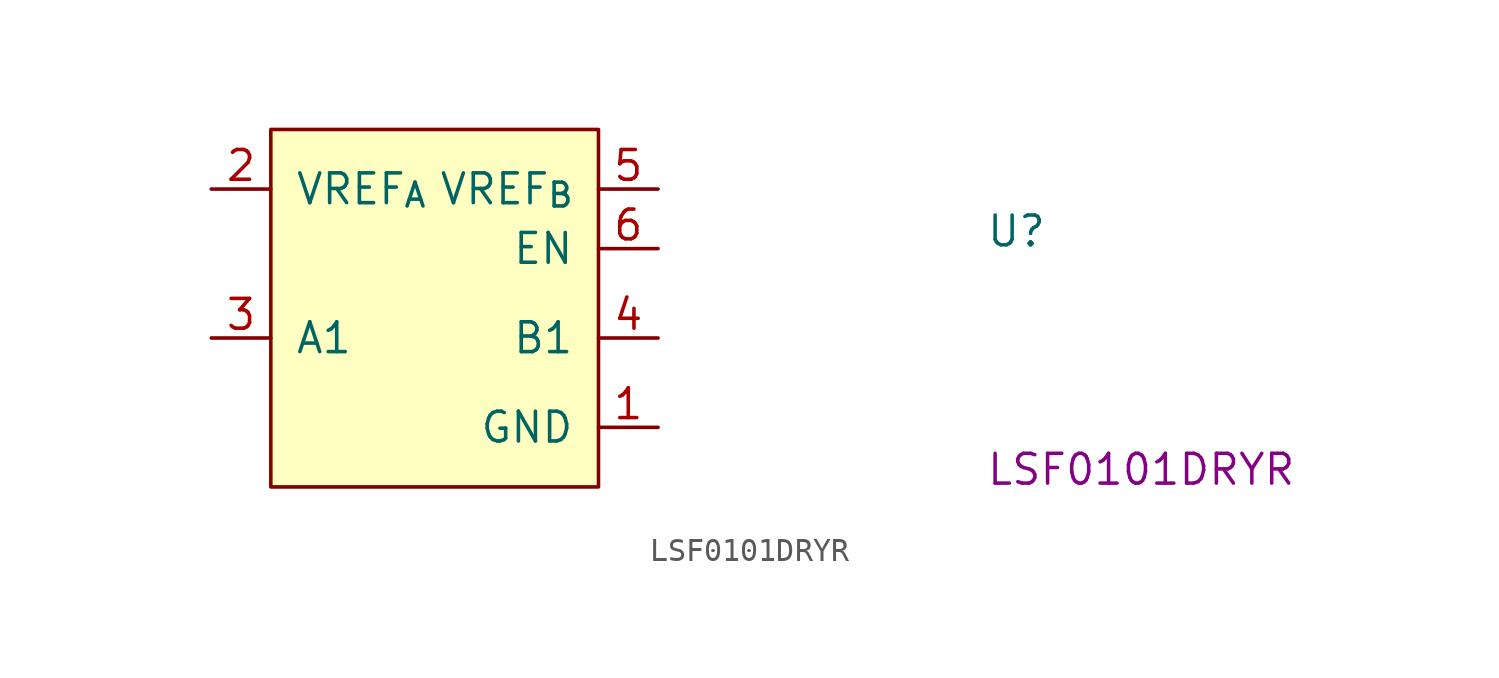
<source format=kicad_sym>
(kicad_symbol_lib
  (version 20220914)
  (generator kicad_symbol_editor)
  (symbol "LSF0101DRYR"
    (pin_names
      (offset 1.016))
    (property "Reference" "U"
      (at 33.02 -2.54 0)
      (effects (font (size 1.27 1.27) (thickness 0.15)) (justify left bottom)))
    (property "MPN" "LSF0101DRYR"
      (at 33.02 -12.7 0)
      (effects (font (size 1.27 1.27) (thickness 0.15)) (justify left bottom)))
    (symbol "LSF0101DRYR_0_0"
      (rectangle (start 2.54 2.54) (end 16.51 -12.7) (stroke (width 0) (type default)) (fill (type background)))
      (pin power_in line (at 19.05 -10.16 180) (length 2.54) (name "GND" (effects (font (size 1.27 1.27)))) (number "1" (effects (font (size 1.27 1.27)))))
      (pin input line (at 0 0 0) (length 2.54) (name "VREF_{A}" (effects (font (size 1.27 1.27)))) (number "2" (effects (font (size 1.27 1.27)))))
      (pin bidirectional line (at 0 -6.35 0) (length 2.54) (name "A1" (effects (font (size 1.27 1.27)))) (number "3" (effects (font (size 1.27 1.27)))))
      (pin bidirectional line (at 19.05 -6.35 180) (length 2.54) (name "B1" (effects (font (size 1.27 1.27)))) (number "4" (effects (font (size 1.27 1.27)))))
      (pin input line (at 19.05 0 180) (length 2.54) (name "VREF_{B}" (effects (font (size 1.27 1.27)))) (number "5" (effects (font (size 1.27 1.27)))))
      (pin input line (at 19.05 -2.54 180) (length 2.54) (name "EN" (effects (font (size 1.27 1.27)))) (number "6" (effects (font (size 1.27 1.27))))))))
</source>
